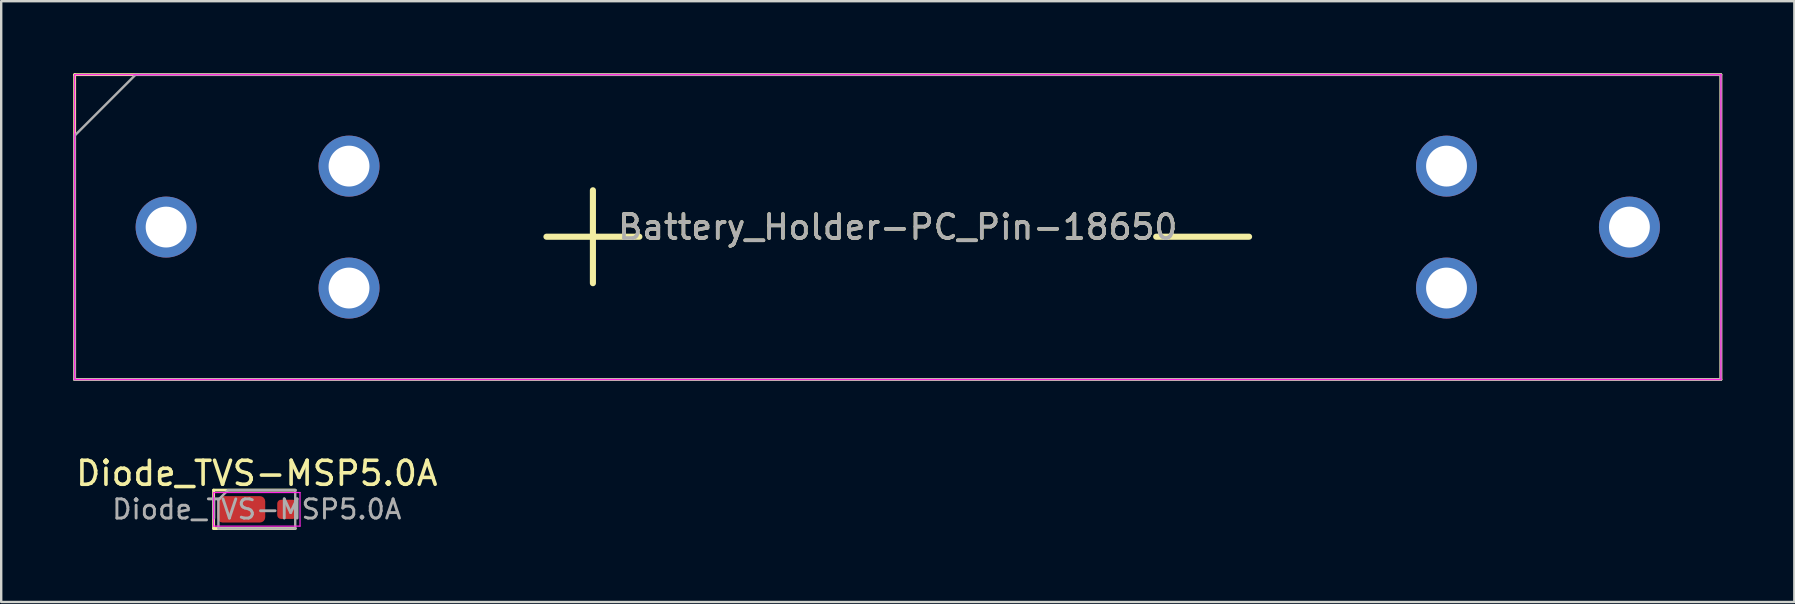
<source format=kicad_pcb>
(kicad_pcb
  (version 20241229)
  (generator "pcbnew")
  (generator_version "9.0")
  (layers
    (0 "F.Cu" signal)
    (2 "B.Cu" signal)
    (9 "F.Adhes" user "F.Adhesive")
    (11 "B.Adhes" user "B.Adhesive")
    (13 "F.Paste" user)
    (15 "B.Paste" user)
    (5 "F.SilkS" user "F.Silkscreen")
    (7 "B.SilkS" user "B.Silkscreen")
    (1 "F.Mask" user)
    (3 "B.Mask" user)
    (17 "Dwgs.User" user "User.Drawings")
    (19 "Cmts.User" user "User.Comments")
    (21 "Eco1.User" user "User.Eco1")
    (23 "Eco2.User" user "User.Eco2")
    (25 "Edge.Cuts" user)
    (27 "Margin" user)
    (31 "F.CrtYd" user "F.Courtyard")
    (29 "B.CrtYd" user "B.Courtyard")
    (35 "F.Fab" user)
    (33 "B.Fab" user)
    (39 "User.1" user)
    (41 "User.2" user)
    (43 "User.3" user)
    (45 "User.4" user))
  (footprint "Battery_Holder-PC_Pin-18650"
    (layer "F.Cu")
    (at 34.35 6.41)
    (property "Reference" "Battery_Holder-PC_Pin-18650" (at 0 0 0) (layer "F.SilkS") (effects (font (size 1 1) (thickness 0.15))))
    (attr smd)
    (fp_line (start -34.29 -6.35) (end -34.29 6.35) (stroke (width 0.12) (type solid)) (layer "F.SilkS"))
    (fp_line (start -34.29 -6.35) (end 34.29 -6.35) (stroke (width 0.12) (type solid)) (layer "F.SilkS"))
    (fp_line (start -34.29 6.35) (end 34.29 6.35) (stroke (width 0.12) (type solid)) (layer "F.SilkS"))
    (fp_line (start 34.29 -6.35) (end 34.29 6.35) (stroke (width 0.12) (type solid)) (layer "F.SilkS"))
    (fp_line (start -34.29 -6.35) (end -34.29 6.35) (stroke (width 0.05) (type solid)) (layer "F.CrtYd"))
    (fp_line (start -34.29 -6.35) (end 34.29 -6.35) (stroke (width 0.05) (type solid)) (layer "F.CrtYd"))
    (fp_line (start -34.29 6.35) (end 34.29 6.35) (stroke (width 0.05) (type solid)) (layer "F.CrtYd"))
    (fp_line (start 34.29 -6.35) (end 34.29 6.35) (stroke (width 0.05) (type solid)) (layer "F.CrtYd"))
    (fp_line (start -34.29 -3.81) (end -34.29 6.35) (stroke (width 0.1) (type solid)) (layer "F.Fab"))
    (fp_line (start -34.29 -3.81) (end -31.75 -6.35) (stroke (width 0.1) (type solid)) (layer "F.Fab"))
    (fp_line (start -34.29 6.35) (end 34.29 6.35) (stroke (width 0.1) (type solid)) (layer "F.Fab"))
    (fp_line (start -31.75 -6.35) (end 34.29 -6.35) (stroke (width 0.1) (type solid)) (layer "F.Fab"))
    (fp_line (start 34.29 -6.35) (end 34.29 6.35) (stroke (width 0.1) (type solid)) (layer "F.Fab"))
    (fp_text user "+" (at -12.7 0 0) (layer "F.SilkS") (effects (font (size 5.08 5.08) (thickness 0.254))))
    (fp_text user "-" (at 12.7 0 0) (layer "F.SilkS") (effects (font (size 5.08 5.08) (thickness 0.254))))
    (fp_text user "${REFERENCE}" (at 0 0 0) (layer "F.Fab") (effects (font (size 1 1) (thickness 0.15))))
    (pad "1" thru_hole circle (at -30.48 0) (size 2.54 2.54) (drill 1.702) (layers "*.Cu" "*.Mask"))
    (pad "1" thru_hole circle (at -22.86 -2.54) (size 2.54 2.54) (drill 1.702) (layers "*.Cu" "*.Mask"))
    (pad "1" thru_hole circle (at -22.86 2.54) (size 2.54 2.54) (drill 1.702) (layers "*.Cu" "*.Mask"))
    (pad "2" thru_hole circle (at 22.86 -2.54) (size 2.54 2.54) (drill 1.702) (layers "*.Cu" "*.Mask"))
    (pad "2" thru_hole circle (at 22.86 2.54) (size 2.54 2.54) (drill 1.702) (layers "*.Cu" "*.Mask"))
    (pad "2" thru_hole circle (at 30.48 0) (size 2.54 2.54) (drill 1.702) (layers "*.Cu" "*.Mask")))
  (footprint "Diode_TVS-MSP5.0A"
    (layer "F.Cu")
    (at 7.649 18.168)
    (property "Reference" "Diode_TVS-MSP5.0A" (at 0 -1.5 0) (layer "F.SilkS") (effects (font (size 1 1) (thickness 0.15))))
    (attr smd)
    (fp_line (start -1.8 -0.8) (end -1.8 0.8) (stroke (width 0.12) (type solid)) (layer "F.SilkS"))
    (fp_line (start -1.8 0.8) (end 1.6 0.8) (stroke (width 0.12) (type solid)) (layer "F.SilkS"))
    (fp_line (start 1.6 -0.8) (end -1.8 -0.8) (stroke (width 0.12) (type solid)) (layer "F.SilkS"))
    (fp_line (start -1.8 -0.7) (end 1.8 -0.7) (stroke (width 0.05) (type solid)) (layer "F.CrtYd"))
    (fp_line (start -1.8 0.7) (end -1.8 -0.7) (stroke (width 0.05) (type solid)) (layer "F.CrtYd"))
    (fp_line (start 1.8 -0.7) (end 1.8 0.7) (stroke (width 0.05) (type solid)) (layer "F.CrtYd"))
    (fp_line (start 1.8 0.7) (end -1.8 0.7) (stroke (width 0.05) (type solid)) (layer "F.CrtYd"))
    (fp_line (start -1.6 -0.4) (end -1.6 0.8) (stroke (width 0.1) (type solid)) (layer "F.Fab"))
    (fp_line (start -1.6 0.8) (end 1.6 0.8) (stroke (width 0.1) (type solid)) (layer "F.Fab"))
    (fp_line (start -1.2 -0.8) (end -1.6 -0.4) (stroke (width 0.1) (type solid)) (layer "F.Fab"))
    (fp_line (start 1.6 -0.8) (end -1.2 -0.8) (stroke (width 0.1) (type solid)) (layer "F.Fab"))
    (fp_line (start 1.6 0.8) (end 1.6 -0.8) (stroke (width 0.1) (type solid)) (layer "F.Fab"))
    (fp_text user "${REFERENCE}" (at 0 0 0) (layer "F.Fab") (effects (font (size 0.8 0.8) (thickness 0.12))))
    (pad "1" smd roundrect (at -0.65 0) (size 2 1.1) (layers "F.Cu" "F.Mask" "F.Paste") (roundrect_rratio 0.2))
    (pad "2" smd roundrect (at 1.25 0) (size 0.8 0.8) (layers "F.Cu" "F.Mask" "F.Paste") (roundrect_rratio 0.2)))
  (gr_rect
    (start -3 -3)
    (end 71.7 22.028)
    (stroke (width 0.1) (type default))
    (fill no)
    (layer "Edge.Cuts")))
</source>
